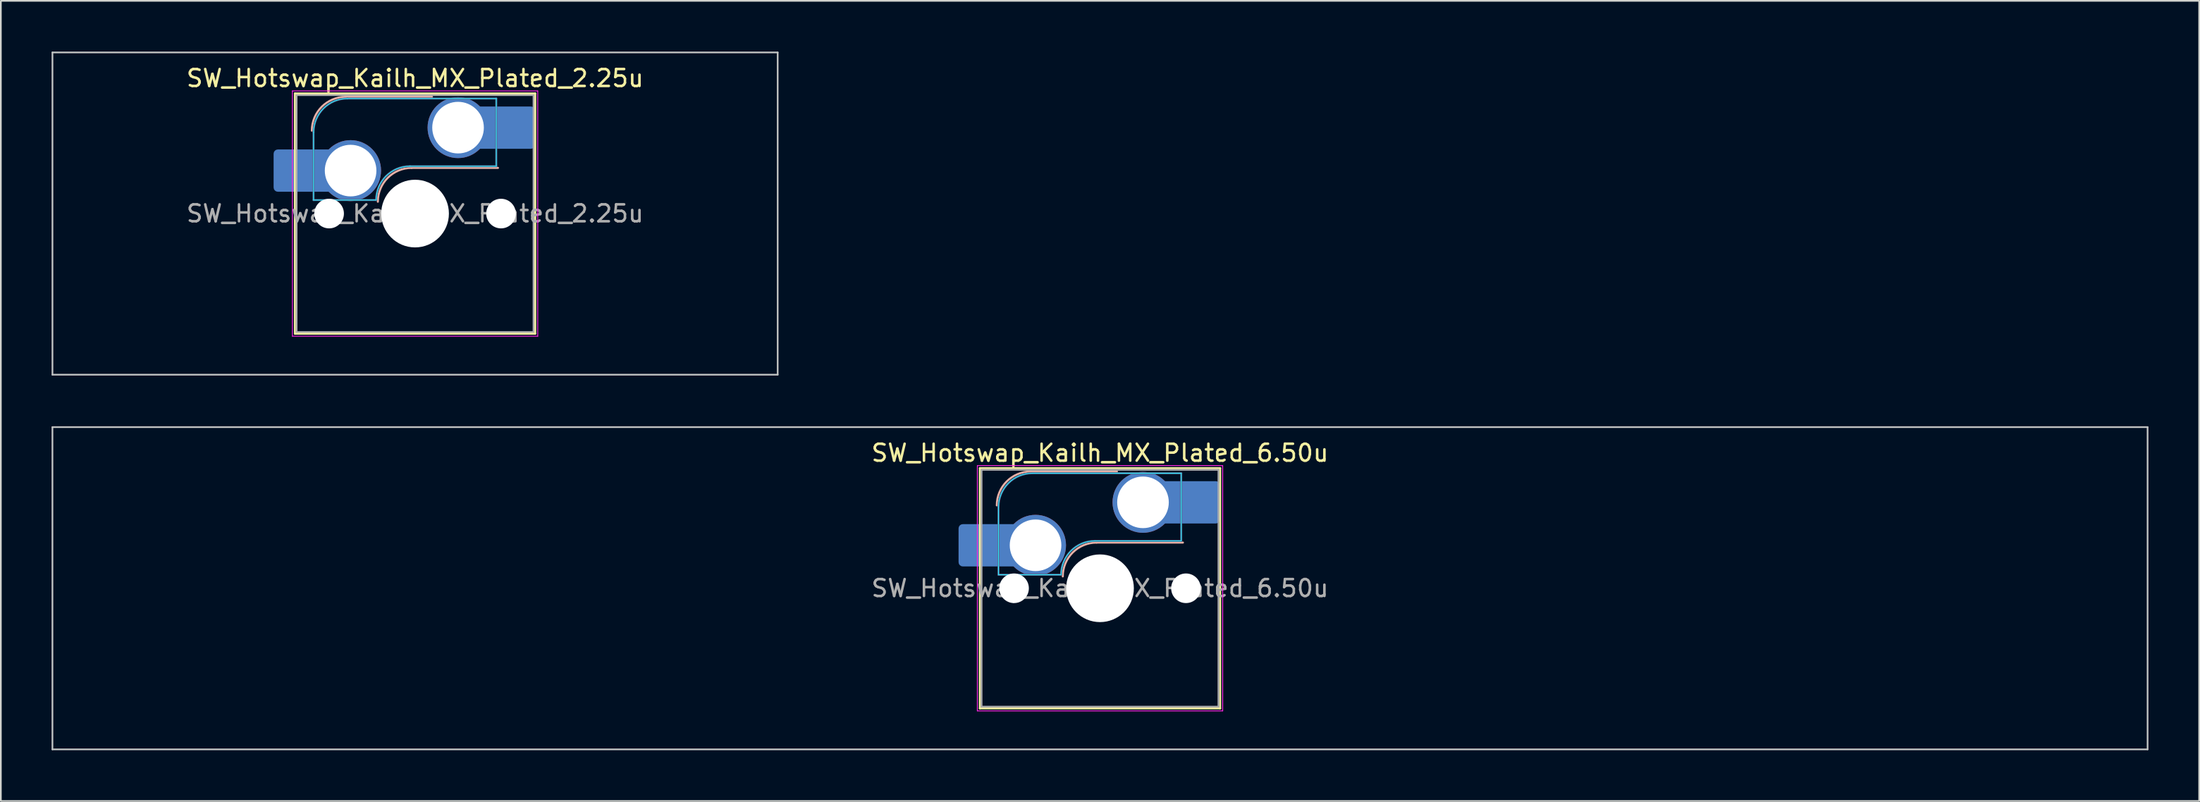
<source format=kicad_pcb>
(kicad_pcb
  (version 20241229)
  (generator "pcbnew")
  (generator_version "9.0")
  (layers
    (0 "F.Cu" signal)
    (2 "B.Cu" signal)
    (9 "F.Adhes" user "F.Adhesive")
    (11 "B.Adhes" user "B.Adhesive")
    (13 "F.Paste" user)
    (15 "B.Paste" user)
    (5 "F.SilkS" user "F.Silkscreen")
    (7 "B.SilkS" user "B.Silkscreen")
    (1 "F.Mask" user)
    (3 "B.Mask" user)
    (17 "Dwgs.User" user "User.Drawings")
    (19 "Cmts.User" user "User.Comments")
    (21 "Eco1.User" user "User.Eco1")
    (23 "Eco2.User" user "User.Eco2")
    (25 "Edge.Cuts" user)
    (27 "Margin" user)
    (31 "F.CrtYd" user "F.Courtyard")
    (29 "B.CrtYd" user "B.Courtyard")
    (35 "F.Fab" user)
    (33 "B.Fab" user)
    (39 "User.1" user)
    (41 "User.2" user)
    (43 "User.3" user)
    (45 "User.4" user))
  (footprint "SW_Hotswap_Kailh_MX_Plated_6.50u"
    (layer "F.Cu")
    (at 61.962 31.725)
    (property "Reference" "SW_Hotswap_Kailh_MX_Plated_6.50u" (at 0 -8 0) (layer "F.SilkS") (effects (font (size 1 1) (thickness 0.15))))
    (attr smd)
    (fp_line (start -7.1 -7.1) (end -7.1 7.1) (stroke (width 0.12) (type solid)) (layer "F.SilkS"))
    (fp_line (start -7.1 7.1) (end 7.1 7.1) (stroke (width 0.12) (type solid)) (layer "F.SilkS"))
    (fp_line (start 7.1 -7.1) (end -7.1 -7.1) (stroke (width 0.12) (type solid)) (layer "F.SilkS"))
    (fp_line (start 7.1 7.1) (end 7.1 -7.1) (stroke (width 0.12) (type solid)) (layer "F.SilkS"))
    (fp_line (start -4.1 -6.9) (end 1 -6.9) (stroke (width 0.12) (type solid)) (layer "B.SilkS"))
    (fp_line (start -0.2 -2.7) (end 4.9 -2.7) (stroke (width 0.12) (type solid)) (layer "B.SilkS"))
    (fp_arc (start -6.1 -4.9) (mid -5.514214 -6.314214) (end -4.1 -6.9) (stroke (width 0.12) (type solid)) (layer "B.SilkS"))
    (fp_arc (start -2.2 -0.7) (mid -1.614214 -2.114214) (end -0.2 -2.7) (stroke (width 0.12) (type solid)) (layer "B.SilkS"))
    (fp_line (start -61.913 -9.525) (end -61.913 9.525) (stroke (width 0.1) (type solid)) (layer "Dwgs.User"))
    (fp_line (start -61.913 9.525) (end 61.913 9.525) (stroke (width 0.1) (type solid)) (layer "Dwgs.User"))
    (fp_line (start 61.913 -9.525) (end -61.913 -9.525) (stroke (width 0.1) (type solid)) (layer "Dwgs.User"))
    (fp_line (start 61.913 9.525) (end 61.913 -9.525) (stroke (width 0.1) (type solid)) (layer "Dwgs.User"))
    (fp_line (start -7.8 -6) (end -7 -6) (stroke (width 0.1) (type solid)) (layer "Eco1.User"))
    (fp_line (start -7.8 -2.9) (end -7.8 -6) (stroke (width 0.1) (type solid)) (layer "Eco1.User"))
    (fp_line (start -7.8 2.9) (end -7 2.9) (stroke (width 0.1) (type solid)) (layer "Eco1.User"))
    (fp_line (start -7.8 6) (end -7.8 2.9) (stroke (width 0.1) (type solid)) (layer "Eco1.User"))
    (fp_line (start -7 -7) (end 7 -7) (stroke (width 0.1) (type solid)) (layer "Eco1.User"))
    (fp_line (start -7 -6) (end -7 -7) (stroke (width 0.1) (type solid)) (layer "Eco1.User"))
    (fp_line (start -7 -2.9) (end -7.8 -2.9) (stroke (width 0.1) (type solid)) (layer "Eco1.User"))
    (fp_line (start -7 2.9) (end -7 -2.9) (stroke (width 0.1) (type solid)) (layer "Eco1.User"))
    (fp_line (start -7 6) (end -7.8 6) (stroke (width 0.1) (type solid)) (layer "Eco1.User"))
    (fp_line (start -7 7) (end -7 6) (stroke (width 0.1) (type solid)) (layer "Eco1.User"))
    (fp_line (start 7 -7) (end 7 -6) (stroke (width 0.1) (type solid)) (layer "Eco1.User"))
    (fp_line (start 7 -6) (end 7.8 -6) (stroke (width 0.1) (type solid)) (layer "Eco1.User"))
    (fp_line (start 7 -2.9) (end 7 2.9) (stroke (width 0.1) (type solid)) (layer "Eco1.User"))
    (fp_line (start 7 2.9) (end 7.8 2.9) (stroke (width 0.1) (type solid)) (layer "Eco1.User"))
    (fp_line (start 7 6) (end 7 7) (stroke (width 0.1) (type solid)) (layer "Eco1.User"))
    (fp_line (start 7 7) (end -7 7) (stroke (width 0.1) (type solid)) (layer "Eco1.User"))
    (fp_line (start 7.8 -6) (end 7.8 -2.9) (stroke (width 0.1) (type solid)) (layer "Eco1.User"))
    (fp_line (start 7.8 -2.9) (end 7 -2.9) (stroke (width 0.1) (type solid)) (layer "Eco1.User"))
    (fp_line (start 7.8 2.9) (end 7.8 6) (stroke (width 0.1) (type solid)) (layer "Eco1.User"))
    (fp_line (start 7.8 6) (end 7 6) (stroke (width 0.1) (type solid)) (layer "Eco1.User"))
    (fp_line (start -6 -0.8) (end -6 -4.8) (stroke (width 0.05) (type solid)) (layer "B.CrtYd"))
    (fp_line (start -6 -0.8) (end -2.3 -0.8) (stroke (width 0.05) (type solid)) (layer "B.CrtYd"))
    (fp_line (start -4 -6.8) (end 4.8 -6.8) (stroke (width 0.05) (type solid)) (layer "B.CrtYd"))
    (fp_line (start -0.3 -2.8) (end 4.8 -2.8) (stroke (width 0.05) (type solid)) (layer "B.CrtYd"))
    (fp_line (start 4.8 -6.8) (end 4.8 -2.8) (stroke (width 0.05) (type solid)) (layer "B.CrtYd"))
    (fp_arc (start -6 -4.8) (mid -5.414214 -6.214214) (end -4 -6.8) (stroke (width 0.05) (type solid)) (layer "B.CrtYd"))
    (fp_arc (start -2.3 -0.8) (mid -1.714214 -2.214214) (end -0.3 -2.8) (stroke (width 0.05) (type solid)) (layer "B.CrtYd"))
    (fp_line (start -7.25 -7.25) (end -7.25 7.25) (stroke (width 0.05) (type solid)) (layer "F.CrtYd"))
    (fp_line (start -7.25 7.25) (end 7.25 7.25) (stroke (width 0.05) (type solid)) (layer "F.CrtYd"))
    (fp_line (start 7.25 -7.25) (end -7.25 -7.25) (stroke (width 0.05) (type solid)) (layer "F.CrtYd"))
    (fp_line (start 7.25 7.25) (end 7.25 -7.25) (stroke (width 0.05) (type solid)) (layer "F.CrtYd"))
    (fp_line (start -6 -0.8) (end -6 -4.8) (stroke (width 0.12) (type solid)) (layer "B.Fab"))
    (fp_line (start -6 -0.8) (end -2.3 -0.8) (stroke (width 0.12) (type solid)) (layer "B.Fab"))
    (fp_line (start -4 -6.8) (end 4.8 -6.8) (stroke (width 0.12) (type solid)) (layer "B.Fab"))
    (fp_line (start -0.3 -2.8) (end 4.8 -2.8) (stroke (width 0.12) (type solid)) (layer "B.Fab"))
    (fp_line (start 4.8 -6.8) (end 4.8 -2.8) (stroke (width 0.12) (type solid)) (layer "B.Fab"))
    (fp_arc (start -6 -4.8) (mid -5.414214 -6.214214) (end -4 -6.8) (stroke (width 0.12) (type solid)) (layer "B.Fab"))
    (fp_arc (start -2.3 -0.8) (mid -1.714214 -2.214214) (end -0.3 -2.8) (stroke (width 0.12) (type solid)) (layer "B.Fab"))
    (fp_line (start -7 -7) (end -7 7) (stroke (width 0.1) (type solid)) (layer "F.Fab"))
    (fp_line (start -7 7) (end 7 7) (stroke (width 0.1) (type solid)) (layer "F.Fab"))
    (fp_line (start 7 -7) (end -7 -7) (stroke (width 0.1) (type solid)) (layer "F.Fab"))
    (fp_line (start 7 7) (end 7 -7) (stroke (width 0.1) (type solid)) (layer "F.Fab"))
    (fp_text user "${REFERENCE}" (at 0 0 0) (layer "F.Fab") (effects (font (size 1 1) (thickness 0.15))))
    (pad "" smd roundrect (at -7.085 -2.54) (size 2.55 2.5) (layers "B.Mask" "B.Paste") (roundrect_rratio 0.1))
    (pad "" np_thru_hole circle (at -5.08 0) (size 1.75 1.75) (drill 1.75) (layers "*.Cu" "*.Mask"))
    (pad "" np_thru_hole circle (at 0 0) (size 4 4) (drill 4) (layers "*.Cu" "*.Mask"))
    (pad "" np_thru_hole circle (at 5.08 0) (size 1.75 1.75) (drill 1.75) (layers "*.Cu" "*.Mask"))
    (pad "" smd roundrect (at 5.842 -5.08) (size 2.55 2.5) (layers "B.Mask" "B.Paste") (roundrect_rratio 0.1))
    (pad "1" smd roundrect (at -6.585 -2.54) (size 3.55 2.5) (layers "B.Cu") (roundrect_rratio 0.1))
    (pad "1" thru_hole circle (at -3.81 -2.54) (size 3.6 3.6) (drill 3.05) (layers "*.Cu" "*.Mask"))
    (pad "2" thru_hole circle (at 2.54 -5.08) (size 3.6 3.6) (drill 3.05) (layers "*.Cu" "*.Mask"))
    (pad "2" smd roundrect (at 5.32 -5.08) (size 3.55 2.5) (layers "B.Cu") (roundrect_rratio 0.1)))
  (footprint "SW_Hotswap_Kailh_MX_Plated_2.25u"
    (layer "F.Cu")
    (at 21.481 9.575)
    (property "Reference" "SW_Hotswap_Kailh_MX_Plated_2.25u" (at 0 -8 0) (layer "F.SilkS") (effects (font (size 1 1) (thickness 0.15))))
    (attr smd)
    (fp_line (start -7.1 -7.1) (end -7.1 7.1) (stroke (width 0.12) (type solid)) (layer "F.SilkS"))
    (fp_line (start -7.1 7.1) (end 7.1 7.1) (stroke (width 0.12) (type solid)) (layer "F.SilkS"))
    (fp_line (start 7.1 -7.1) (end -7.1 -7.1) (stroke (width 0.12) (type solid)) (layer "F.SilkS"))
    (fp_line (start 7.1 7.1) (end 7.1 -7.1) (stroke (width 0.12) (type solid)) (layer "F.SilkS"))
    (fp_line (start -4.1 -6.9) (end 1 -6.9) (stroke (width 0.12) (type solid)) (layer "B.SilkS"))
    (fp_line (start -0.2 -2.7) (end 4.9 -2.7) (stroke (width 0.12) (type solid)) (layer "B.SilkS"))
    (fp_arc (start -6.1 -4.9) (mid -5.514214 -6.314214) (end -4.1 -6.9) (stroke (width 0.12) (type solid)) (layer "B.SilkS"))
    (fp_arc (start -2.2 -0.7) (mid -1.614214 -2.114214) (end -0.2 -2.7) (stroke (width 0.12) (type solid)) (layer "B.SilkS"))
    (fp_line (start -21.431 -9.525) (end -21.431 9.525) (stroke (width 0.1) (type solid)) (layer "Dwgs.User"))
    (fp_line (start -21.431 9.525) (end 21.431 9.525) (stroke (width 0.1) (type solid)) (layer "Dwgs.User"))
    (fp_line (start 21.431 -9.525) (end -21.431 -9.525) (stroke (width 0.1) (type solid)) (layer "Dwgs.User"))
    (fp_line (start 21.431 9.525) (end 21.431 -9.525) (stroke (width 0.1) (type solid)) (layer "Dwgs.User"))
    (fp_line (start -7.8 -6) (end -7 -6) (stroke (width 0.1) (type solid)) (layer "Eco1.User"))
    (fp_line (start -7.8 -2.9) (end -7.8 -6) (stroke (width 0.1) (type solid)) (layer "Eco1.User"))
    (fp_line (start -7.8 2.9) (end -7 2.9) (stroke (width 0.1) (type solid)) (layer "Eco1.User"))
    (fp_line (start -7.8 6) (end -7.8 2.9) (stroke (width 0.1) (type solid)) (layer "Eco1.User"))
    (fp_line (start -7 -7) (end 7 -7) (stroke (width 0.1) (type solid)) (layer "Eco1.User"))
    (fp_line (start -7 -6) (end -7 -7) (stroke (width 0.1) (type solid)) (layer "Eco1.User"))
    (fp_line (start -7 -2.9) (end -7.8 -2.9) (stroke (width 0.1) (type solid)) (layer "Eco1.User"))
    (fp_line (start -7 2.9) (end -7 -2.9) (stroke (width 0.1) (type solid)) (layer "Eco1.User"))
    (fp_line (start -7 6) (end -7.8 6) (stroke (width 0.1) (type solid)) (layer "Eco1.User"))
    (fp_line (start -7 7) (end -7 6) (stroke (width 0.1) (type solid)) (layer "Eco1.User"))
    (fp_line (start 7 -7) (end 7 -6) (stroke (width 0.1) (type solid)) (layer "Eco1.User"))
    (fp_line (start 7 -6) (end 7.8 -6) (stroke (width 0.1) (type solid)) (layer "Eco1.User"))
    (fp_line (start 7 -2.9) (end 7 2.9) (stroke (width 0.1) (type solid)) (layer "Eco1.User"))
    (fp_line (start 7 2.9) (end 7.8 2.9) (stroke (width 0.1) (type solid)) (layer "Eco1.User"))
    (fp_line (start 7 6) (end 7 7) (stroke (width 0.1) (type solid)) (layer "Eco1.User"))
    (fp_line (start 7 7) (end -7 7) (stroke (width 0.1) (type solid)) (layer "Eco1.User"))
    (fp_line (start 7.8 -6) (end 7.8 -2.9) (stroke (width 0.1) (type solid)) (layer "Eco1.User"))
    (fp_line (start 7.8 -2.9) (end 7 -2.9) (stroke (width 0.1) (type solid)) (layer "Eco1.User"))
    (fp_line (start 7.8 2.9) (end 7.8 6) (stroke (width 0.1) (type solid)) (layer "Eco1.User"))
    (fp_line (start 7.8 6) (end 7 6) (stroke (width 0.1) (type solid)) (layer "Eco1.User"))
    (fp_line (start -6 -0.8) (end -6 -4.8) (stroke (width 0.05) (type solid)) (layer "B.CrtYd"))
    (fp_line (start -6 -0.8) (end -2.3 -0.8) (stroke (width 0.05) (type solid)) (layer "B.CrtYd"))
    (fp_line (start -4 -6.8) (end 4.8 -6.8) (stroke (width 0.05) (type solid)) (layer "B.CrtYd"))
    (fp_line (start -0.3 -2.8) (end 4.8 -2.8) (stroke (width 0.05) (type solid)) (layer "B.CrtYd"))
    (fp_line (start 4.8 -6.8) (end 4.8 -2.8) (stroke (width 0.05) (type solid)) (layer "B.CrtYd"))
    (fp_arc (start -6 -4.8) (mid -5.414214 -6.214214) (end -4 -6.8) (stroke (width 0.05) (type solid)) (layer "B.CrtYd"))
    (fp_arc (start -2.3 -0.8) (mid -1.714214 -2.214214) (end -0.3 -2.8) (stroke (width 0.05) (type solid)) (layer "B.CrtYd"))
    (fp_line (start -7.25 -7.25) (end -7.25 7.25) (stroke (width 0.05) (type solid)) (layer "F.CrtYd"))
    (fp_line (start -7.25 7.25) (end 7.25 7.25) (stroke (width 0.05) (type solid)) (layer "F.CrtYd"))
    (fp_line (start 7.25 -7.25) (end -7.25 -7.25) (stroke (width 0.05) (type solid)) (layer "F.CrtYd"))
    (fp_line (start 7.25 7.25) (end 7.25 -7.25) (stroke (width 0.05) (type solid)) (layer "F.CrtYd"))
    (fp_line (start -6 -0.8) (end -6 -4.8) (stroke (width 0.12) (type solid)) (layer "B.Fab"))
    (fp_line (start -6 -0.8) (end -2.3 -0.8) (stroke (width 0.12) (type solid)) (layer "B.Fab"))
    (fp_line (start -4 -6.8) (end 4.8 -6.8) (stroke (width 0.12) (type solid)) (layer "B.Fab"))
    (fp_line (start -0.3 -2.8) (end 4.8 -2.8) (stroke (width 0.12) (type solid)) (layer "B.Fab"))
    (fp_line (start 4.8 -6.8) (end 4.8 -2.8) (stroke (width 0.12) (type solid)) (layer "B.Fab"))
    (fp_arc (start -6 -4.8) (mid -5.414214 -6.214214) (end -4 -6.8) (stroke (width 0.12) (type solid)) (layer "B.Fab"))
    (fp_arc (start -2.3 -0.8) (mid -1.714214 -2.214214) (end -0.3 -2.8) (stroke (width 0.12) (type solid)) (layer "B.Fab"))
    (fp_line (start -7 -7) (end -7 7) (stroke (width 0.1) (type solid)) (layer "F.Fab"))
    (fp_line (start -7 7) (end 7 7) (stroke (width 0.1) (type solid)) (layer "F.Fab"))
    (fp_line (start 7 -7) (end -7 -7) (stroke (width 0.1) (type solid)) (layer "F.Fab"))
    (fp_line (start 7 7) (end 7 -7) (stroke (width 0.1) (type solid)) (layer "F.Fab"))
    (fp_text user "${REFERENCE}" (at 0 0 0) (layer "F.Fab") (effects (font (size 1 1) (thickness 0.15))))
    (pad "" smd roundrect (at -7.085 -2.54) (size 2.55 2.5) (layers "B.Mask" "B.Paste") (roundrect_rratio 0.1))
    (pad "" np_thru_hole circle (at -5.08 0) (size 1.75 1.75) (drill 1.75) (layers "*.Cu" "*.Mask"))
    (pad "" np_thru_hole circle (at 0 0) (size 4 4) (drill 4) (layers "*.Cu" "*.Mask"))
    (pad "" np_thru_hole circle (at 5.08 0) (size 1.75 1.75) (drill 1.75) (layers "*.Cu" "*.Mask"))
    (pad "" smd roundrect (at 5.842 -5.08) (size 2.55 2.5) (layers "B.Mask" "B.Paste") (roundrect_rratio 0.1))
    (pad "1" smd roundrect (at -6.585 -2.54) (size 3.55 2.5) (layers "B.Cu") (roundrect_rratio 0.1))
    (pad "1" thru_hole circle (at -3.81 -2.54) (size 3.6 3.6) (drill 3.05) (layers "*.Cu" "*.Mask"))
    (pad "2" thru_hole circle (at 2.54 -5.08) (size 3.6 3.6) (drill 3.05) (layers "*.Cu" "*.Mask"))
    (pad "2" smd roundrect (at 5.32 -5.08) (size 3.55 2.5) (layers "B.Cu") (roundrect_rratio 0.1)))
  (gr_rect
    (start -3 -3)
    (end 126.925 44.3)
    (stroke (width 0.1) (type default))
    (fill no)
    (layer "Edge.Cuts")))
</source>
